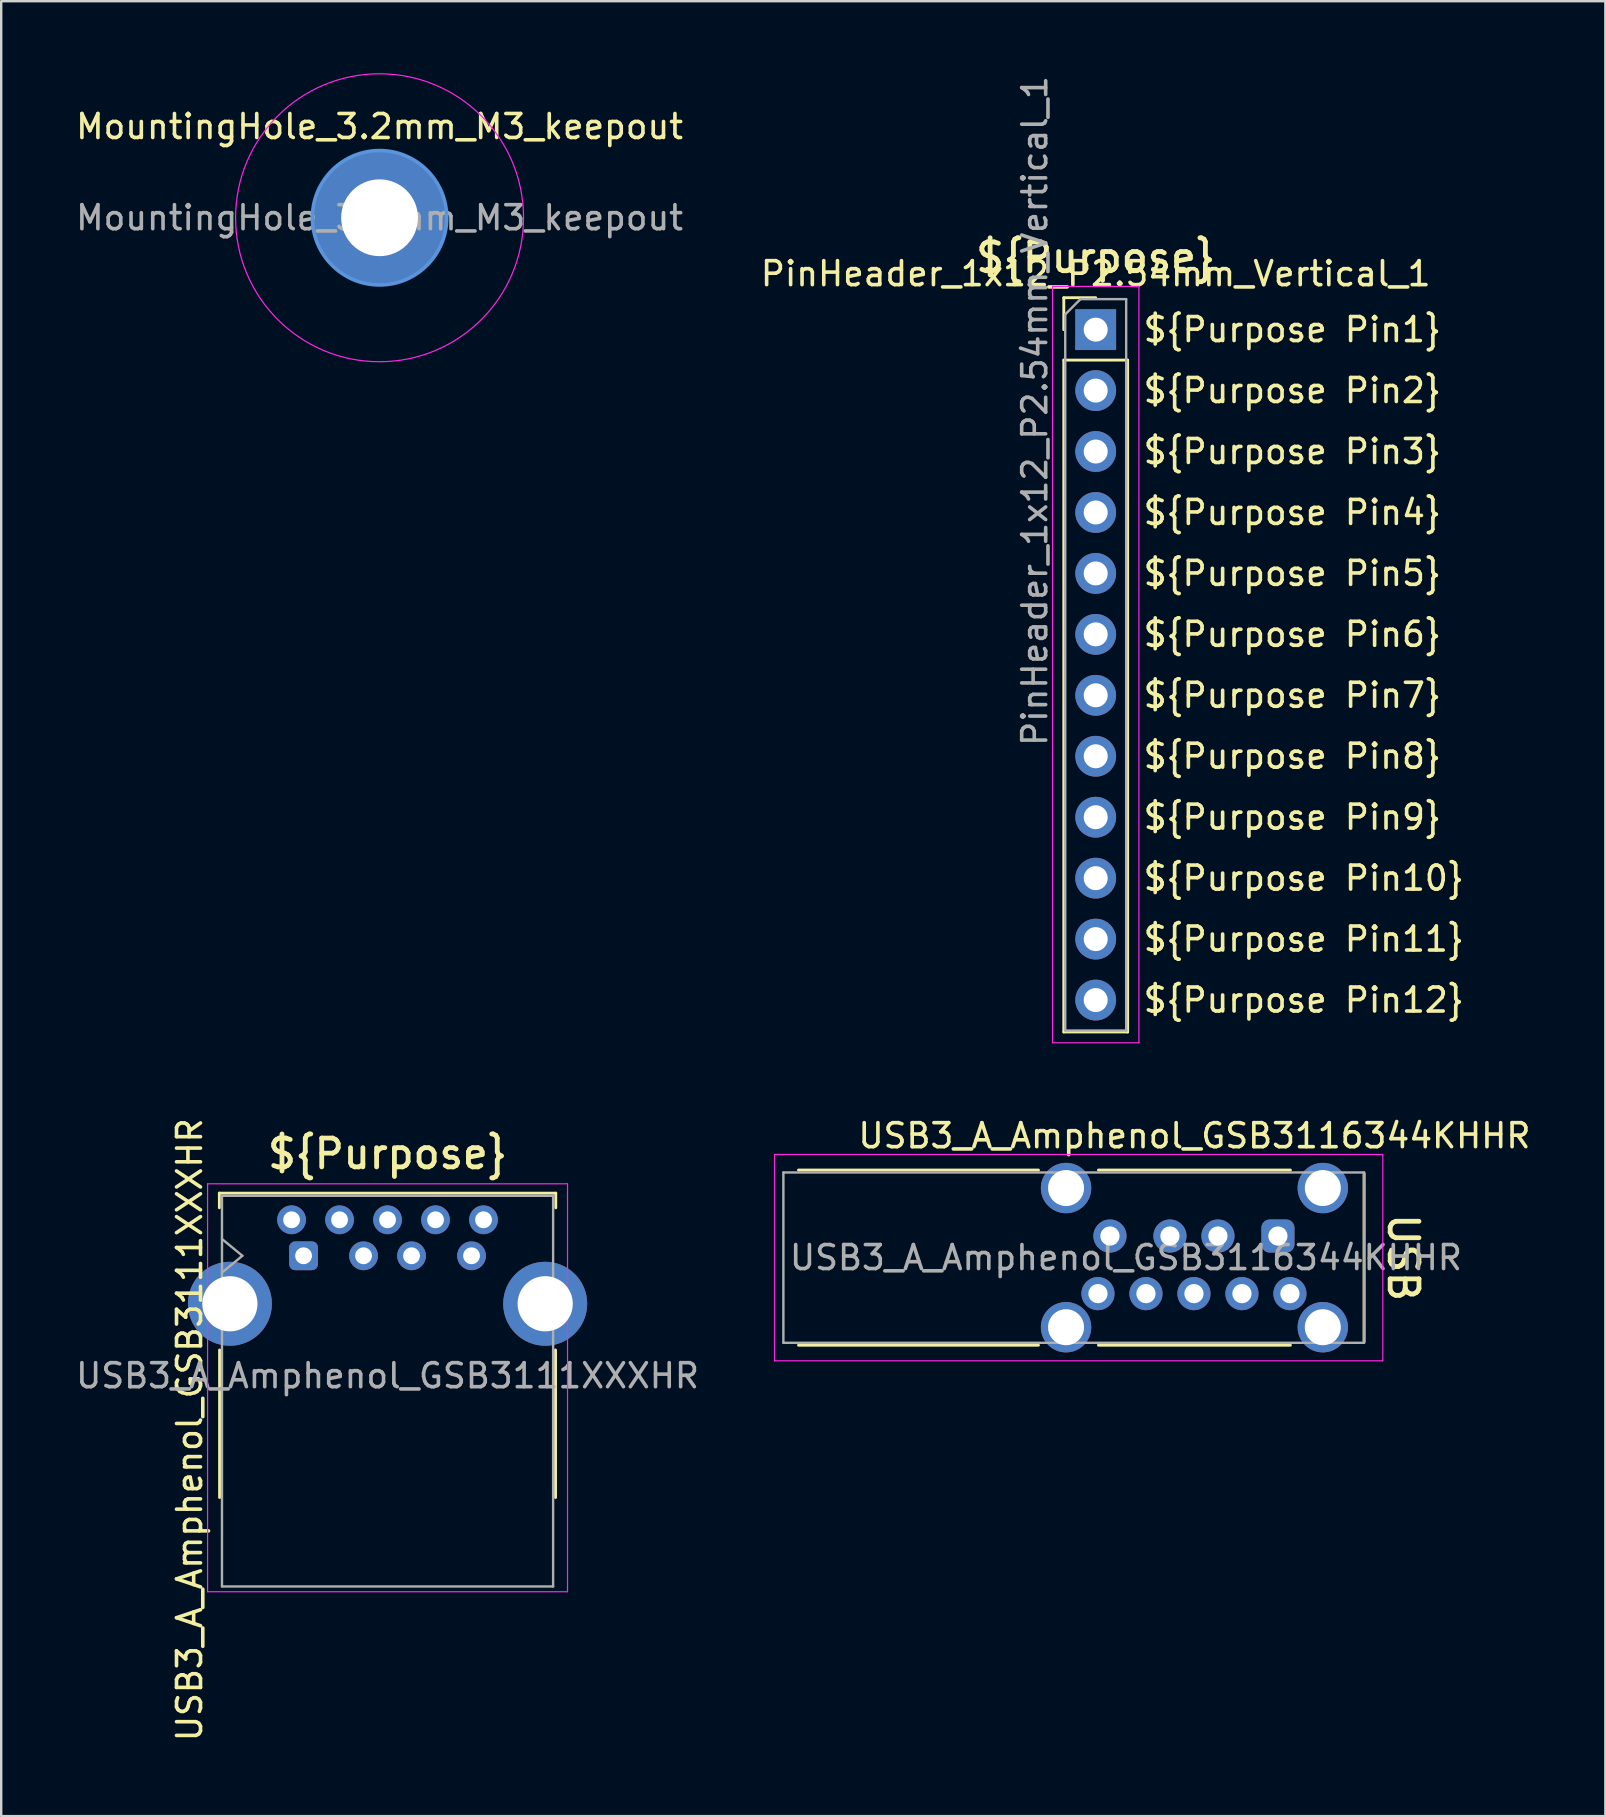
<source format=kicad_pcb>
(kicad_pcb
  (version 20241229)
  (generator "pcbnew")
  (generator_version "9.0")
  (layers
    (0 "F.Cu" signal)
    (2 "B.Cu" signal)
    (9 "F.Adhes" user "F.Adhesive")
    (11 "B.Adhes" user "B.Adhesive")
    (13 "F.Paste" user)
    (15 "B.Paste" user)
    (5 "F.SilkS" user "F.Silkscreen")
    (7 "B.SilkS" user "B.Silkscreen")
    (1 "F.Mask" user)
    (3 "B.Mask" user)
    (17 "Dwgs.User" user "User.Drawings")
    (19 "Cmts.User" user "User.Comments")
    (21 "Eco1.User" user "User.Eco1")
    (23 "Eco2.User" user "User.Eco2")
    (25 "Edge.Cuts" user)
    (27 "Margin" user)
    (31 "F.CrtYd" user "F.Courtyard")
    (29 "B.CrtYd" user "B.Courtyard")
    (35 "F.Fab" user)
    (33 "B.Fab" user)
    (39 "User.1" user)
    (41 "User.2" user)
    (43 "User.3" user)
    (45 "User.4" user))
  (footprint "PinHeader_1x12_P2.54mm_Vertical_1"
    (layer "F.Cu")
    (at 42.613 10.687)
    (property "Reference" "PinHeader_1x12_P2.54mm_Vertical_1" (at 0 -2.33 0) (layer "F.SilkS") (effects (font (size 1 1) (thickness 0.15))))
    (attr through_hole)
    (fp_line (start -1.33 -1.33) (end 0 -1.33) (stroke (width 0.12) (type solid)) (layer "F.SilkS"))
    (fp_line (start -1.33 0) (end -1.33 -1.33) (stroke (width 0.12) (type solid)) (layer "F.SilkS"))
    (fp_line (start -1.33 1.27) (end -1.33 29.27) (stroke (width 0.12) (type solid)) (layer "F.SilkS"))
    (fp_line (start -1.33 1.27) (end 1.33 1.27) (stroke (width 0.12) (type solid)) (layer "F.SilkS"))
    (fp_line (start -1.33 29.27) (end 1.33 29.27) (stroke (width 0.12) (type solid)) (layer "F.SilkS"))
    (fp_line (start 1.33 1.27) (end 1.33 29.27) (stroke (width 0.12) (type solid)) (layer "F.SilkS"))
    (fp_line (start -1.8 -1.8) (end -1.8 29.72) (stroke (width 0.05) (type solid)) (layer "F.CrtYd"))
    (fp_line (start -1.8 29.72) (end 1.8 29.72) (stroke (width 0.05) (type solid)) (layer "F.CrtYd"))
    (fp_line (start 1.8 -1.8) (end -1.8 -1.8) (stroke (width 0.05) (type solid)) (layer "F.CrtYd"))
    (fp_line (start 1.8 29.72) (end 1.8 -1.8) (stroke (width 0.05) (type solid)) (layer "F.CrtYd"))
    (fp_line (start -1.27 -0.635) (end -0.635 -1.27) (stroke (width 0.1) (type solid)) (layer "F.Fab"))
    (fp_line (start -1.27 29.21) (end -1.27 -0.635) (stroke (width 0.1) (type solid)) (layer "F.Fab"))
    (fp_line (start -0.635 -1.27) (end 1.27 -1.27) (stroke (width 0.1) (type solid)) (layer "F.Fab"))
    (fp_line (start 1.27 -1.27) (end 1.27 29.21) (stroke (width 0.1) (type solid)) (layer "F.Fab"))
    (fp_line (start 1.27 29.21) (end -1.27 29.21) (stroke (width 0.1) (type solid)) (layer "F.Fab"))
    (fp_text user "${Purpose}" (at 0 -3 0) (layer "F.SilkS") (effects (font (size 1.2 1.2) (thickness 0.2))))
    (fp_text user "${Purpose Pin5}" (at 1.905 10.16 0) (layer "F.SilkS") (effects (font (size 1 1) (thickness 0.15)) (justify left)))
    (fp_text user "${Purpose Pin7}" (at 1.905 15.24 0) (layer "F.SilkS") (effects (font (size 1 1) (thickness 0.15)) (justify left)))
    (fp_text user "${Purpose Pin9}" (at 1.905 20.32 0) (layer "F.SilkS") (effects (font (size 1 1) (thickness 0.15)) (justify left)))
    (fp_text user "${Purpose Pin11}" (at 1.905 25.4 0) (layer "F.SilkS") (effects (font (size 1 1) (thickness 0.15)) (justify left)))
    (fp_text user "${Purpose Pin8}" (at 1.905 17.78 0) (layer "F.SilkS") (effects (font (size 1 1) (thickness 0.15)) (justify left)))
    (fp_text user "${Purpose Pin10}" (at 1.905 22.86 0) (layer "F.SilkS") (effects (font (size 1 1) (thickness 0.15)) (justify left)))
    (fp_text user "${Purpose Pin6}" (at 1.905 12.7 0) (layer "F.SilkS") (effects (font (size 1 1) (thickness 0.15)) (justify left)))
    (fp_text user "${Purpose Pin2}" (at 1.905 2.54 0) (layer "F.SilkS") (effects (font (size 1 1) (thickness 0.15)) (justify left)))
    (fp_text user "${Purpose Pin12}" (at 1.905 27.94 0) (layer "F.SilkS") (effects (font (size 1 1) (thickness 0.15)) (justify left)))
    (fp_text user "${Purpose Pin3}" (at 1.905 5.08 0) (layer "F.SilkS") (effects (font (size 1 1) (thickness 0.15)) (justify left)))
    (fp_text user "${Purpose Pin1}" (at 1.905 0 0) (layer "F.SilkS") (effects (font (size 1 1) (thickness 0.15)) (justify left)))
    (fp_text user "${Purpose Pin4}" (at 1.905 7.62 0) (layer "F.SilkS") (effects (font (size 1 1) (thickness 0.15)) (justify left)))
    (fp_text user "${REFERENCE}" (at -2.54 3.39 90) (layer "F.Fab") (effects (font (size 1 1) (thickness 0.15))))
    (pad "1" thru_hole rect (at 0 0) (size 1.7 1.7) (drill 1) (layers "*.Cu" "*.Mask"))
    (pad "2" thru_hole oval (at 0 2.54) (size 1.7 1.7) (drill 1) (layers "*.Cu" "*.Mask"))
    (pad "3" thru_hole oval (at 0 5.08) (size 1.7 1.7) (drill 1) (layers "*.Cu" "*.Mask"))
    (pad "4" thru_hole oval (at 0 7.62) (size 1.7 1.7) (drill 1) (layers "*.Cu" "*.Mask"))
    (pad "5" thru_hole oval (at 0 10.16) (size 1.7 1.7) (drill 1) (layers "*.Cu" "*.Mask"))
    (pad "6" thru_hole oval (at 0 12.7) (size 1.7 1.7) (drill 1) (layers "*.Cu" "*.Mask"))
    (pad "7" thru_hole oval (at 0 15.24) (size 1.7 1.7) (drill 1) (layers "*.Cu" "*.Mask"))
    (pad "8" thru_hole oval (at 0 17.78) (size 1.7 1.7) (drill 1) (layers "*.Cu" "*.Mask"))
    (pad "9" thru_hole oval (at 0 20.32) (size 1.7 1.7) (drill 1) (layers "*.Cu" "*.Mask"))
    (pad "10" thru_hole oval (at 0 22.86) (size 1.7 1.7) (drill 1) (layers "*.Cu" "*.Mask"))
    (pad "11" thru_hole oval (at 0 25.4) (size 1.7 1.7) (drill 1) (layers "*.Cu" "*.Mask"))
    (pad "12" thru_hole oval (at 0 27.94) (size 1.7 1.7) (drill 1) (layers "*.Cu" "*.Mask")))
  (footprint "USB3_A_Amphenol_GSB3111XXXHR"
    (layer "F.Cu")
    (at 13.101 51.284)
    (property "Reference" "USB3_A_Amphenol_GSB3111XXXHR" (at -8.25 5.25 90) (layer "F.SilkS") (effects (font (size 1 1) (thickness 0.15))))
    (attr through_hole)
    (fp_line (start -7.01 -4.61) (end -7.01 -4) (stroke (width 0.12) (type solid)) (layer "F.SilkS"))
    (fp_line (start -7.01 -4.61) (end 7.01 -4.61) (stroke (width 0.12) (type solid)) (layer "F.SilkS"))
    (fp_line (start -7 8.075) (end -7 1.925) (stroke (width 0.12) (type solid)) (layer "F.SilkS"))
    (fp_line (start 7 8.075) (end 7 1.925) (stroke (width 0.12) (type solid)) (layer "F.SilkS"))
    (fp_line (start 7.01 -4.61) (end 7.01 -4) (stroke (width 0.12) (type solid)) (layer "F.SilkS"))
    (fp_line (start -7.5 -5) (end 7.5 -5) (stroke (width 0.05) (type solid)) (layer "F.CrtYd"))
    (fp_line (start -7.5 12) (end -7.5 -5) (stroke (width 0.05) (type solid)) (layer "F.CrtYd"))
    (fp_line (start 7.5 -5) (end 7.5 12) (stroke (width 0.05) (type solid)) (layer "F.CrtYd"))
    (fp_line (start 7.5 12) (end -7.5 12) (stroke (width 0.05) (type solid)) (layer "F.CrtYd"))
    (fp_line (start -6.9 -4.5) (end 6.9 -4.5) (stroke (width 0.1) (type solid)) (layer "F.Fab"))
    (fp_line (start -6.9 -2.7) (end -6.05 -2) (stroke (width 0.1) (type default)) (layer "F.Fab"))
    (fp_line (start -6.9 -1.3) (end -6.05 -2) (stroke (width 0.1) (type default)) (layer "F.Fab"))
    (fp_line (start -6.9 11.78) (end -6.9 -4.5) (stroke (width 0.1) (type solid)) (layer "F.Fab"))
    (fp_line (start 6.9 -4.5) (end 6.9 11.78) (stroke (width 0.1) (type solid)) (layer "F.Fab"))
    (fp_line (start 6.9 11.78) (end -6.9 11.78) (stroke (width 0.1) (type solid)) (layer "F.Fab"))
    (fp_text user "${Purpose}" (at 0 -6.25 0) (layer "F.SilkS") (effects (font (size 1.2 1.2) (thickness 0.2))))
    (fp_text user "${REFERENCE}" (at 0 3 0) (layer "F.Fab") (effects (font (size 1 1) (thickness 0.15))))
    (pad "1" thru_hole roundrect (at -3.5 -2) (size 1.2 1.2) (drill 0.7) (layers "*.Cu" "*.Mask") (roundrect_rratio 0.208))
    (pad "2" thru_hole circle (at -1 -2) (size 1.2 1.2) (drill 0.7) (layers "*.Cu" "*.Mask"))
    (pad "3" thru_hole circle (at 1 -2) (size 1.2 1.2) (drill 0.7) (layers "*.Cu" "*.Mask"))
    (pad "4" thru_hole circle (at 3.5 -2) (size 1.2 1.2) (drill 0.7) (layers "*.Cu" "*.Mask"))
    (pad "5" thru_hole circle (at 4 -3.5) (size 1.2 1.2) (drill 0.7) (layers "*.Cu" "*.Mask"))
    (pad "6" thru_hole circle (at 2 -3.5) (size 1.2 1.2) (drill 0.7) (layers "*.Cu" "*.Mask"))
    (pad "7" thru_hole circle (at 0 -3.5) (size 1.2 1.2) (drill 0.7) (layers "*.Cu" "*.Mask"))
    (pad "8" thru_hole circle (at -2 -3.5) (size 1.2 1.2) (drill 0.7) (layers "*.Cu" "*.Mask"))
    (pad "9" thru_hole circle (at -4 -3.5) (size 1.2 1.2) (drill 0.7) (layers "*.Cu" "*.Mask"))
    (pad "10" thru_hole circle (at -6.57 0) (size 3.5 3.5) (drill 2.3) (layers "*.Cu" "*.Mask"))
    (pad "10" thru_hole circle (at 6.57 0) (size 3.5 3.5) (drill 2.3) (layers "*.Cu" "*.Mask")))
  (footprint "USB3_A_Amphenol_GSB3116344KHHR"
    (layer "F.Cu")
    (at 46.727 49.361)
    (property "Reference" "USB3_A_Amphenol_GSB3116344KHHR" (at 0 -5.08 0) (layer "F.SilkS") (effects (font (size 1 1) (thickness 0.15))))
    (property "${Purpose}" "USB" (at 8 0 270) (unlocked yes) (layer "F.SilkS") (effects (font (size 1.2 1.2) (thickness 0.2)) (justify bottom)))
    (attr through_hole)
    (fp_line (start -16.5 -3.65) (end -6.5 -3.65) (stroke (width 0.12) (type solid)) (layer "F.SilkS"))
    (fp_line (start -16.5 3.65) (end -6.5 3.65) (stroke (width 0.12) (type solid)) (layer "F.SilkS"))
    (fp_line (start -4 -3.65) (end 4 -3.65) (stroke (width 0.12) (type solid)) (layer "F.SilkS"))
    (fp_line (start -4 3.65) (end 4 3.65) (stroke (width 0.12) (type solid)) (layer "F.SilkS"))
    (fp_line (start 7.07 -3.5) (end 7.07 3.5) (stroke (width 0.12) (type solid)) (layer "F.SilkS"))
    (fp_line (start -17.5 -4.3) (end 7.85 -4.3) (stroke (width 0.05) (type solid)) (layer "F.CrtYd"))
    (fp_line (start -17.5 4.3) (end -17.5 -4.3) (stroke (width 0.05) (type solid)) (layer "F.CrtYd"))
    (fp_line (start 7.85 -4.3) (end 7.85 4.3) (stroke (width 0.05) (type solid)) (layer "F.CrtYd"))
    (fp_line (start 7.85 4.3) (end -17.5 4.3) (stroke (width 0.05) (type solid)) (layer "F.CrtYd"))
    (fp_line (start -17.13 -3.55) (end 7.07 -3.55) (stroke (width 0.1) (type solid)) (layer "F.Fab"))
    (fp_line (start -17.13 3.55) (end -17.13 -3.55) (stroke (width 0.1) (type solid)) (layer "F.Fab"))
    (fp_line (start 7.07 -3.55) (end 7.07 3.55) (stroke (width 0.1) (type solid)) (layer "F.Fab"))
    (fp_line (start 7.07 3.55) (end -17.13 3.55) (stroke (width 0.1) (type solid)) (layer "F.Fab"))
    (fp_text user "${REFERENCE}" (at -2.855 0 0) (layer "F.Fab") (effects (font (size 1 1) (thickness 0.15))))
    (pad "1" thru_hole roundrect (at 3.48 -0.9) (size 1.38 1.38) (drill 0.8) (layers "*.Cu" "*.Mask") (roundrect_rratio 0.25))
    (pad "2" thru_hole circle (at 0.98 -0.9) (size 1.38 1.38) (drill 0.8) (layers "*.Cu" "*.Mask"))
    (pad "3" thru_hole circle (at -1.02 -0.9) (size 1.38 1.38) (drill 0.8) (layers "*.Cu" "*.Mask"))
    (pad "4" thru_hole circle (at -3.52 -0.9) (size 1.38 1.38) (drill 0.8) (layers "*.Cu" "*.Mask"))
    (pad "5" thru_hole circle (at -4.02 1.5) (size 1.38 1.38) (drill 0.8) (layers "*.Cu" "*.Mask"))
    (pad "6" thru_hole circle (at -2.02 1.5) (size 1.38 1.38) (drill 0.8) (layers "*.Cu" "*.Mask"))
    (pad "7" thru_hole circle (at -0.02 1.5) (size 1.38 1.38) (drill 0.8) (layers "*.Cu" "*.Mask"))
    (pad "8" thru_hole circle (at 1.98 1.5) (size 1.38 1.38) (drill 0.8) (layers "*.Cu" "*.Mask"))
    (pad "9" thru_hole circle (at 3.98 1.5) (size 1.38 1.38) (drill 0.8) (layers "*.Cu" "*.Mask"))
    (pad "10" thru_hole circle (at -5.35 -2.9) (size 2.1 2.1) (drill 1.5) (layers "*.Cu" "*.Mask"))
    (pad "10" thru_hole circle (at -5.35 2.9) (size 2.1 2.1) (drill 1.5) (layers "*.Cu" "*.Mask"))
    (pad "10" thru_hole circle (at 5.35 -2.9) (size 2.1 2.1) (drill 1.5) (layers "*.Cu" "*.Mask"))
    (pad "10" thru_hole circle (at 5.35 2.9) (size 2.1 2.1) (drill 1.5) (layers "*.Cu" "*.Mask")))
  (footprint "MountingHole_3.2mm_M3_keepout"
    (layer "F.Cu")
    (at 12.768 6.025)
    (property "Reference" "MountingHole_3.2mm_M3_keepout" (at 0 -3.8 0) (layer "F.SilkS") (effects (font (size 1 1) (thickness 0.15))))
    (attr exclude_from_pos_files exclude_from_bom)
    (fp_circle (center 0 0) (end 2.8 0) (stroke (width 0.15) (type solid)) (fill no) (layer "Cmts.User"))
    (fp_circle (center 0 0) (end 6 0) (stroke (width 0.05) (type solid)) (fill no) (layer "F.CrtYd"))
    (fp_text user "${REFERENCE}" (at 0 0 0) (layer "F.Fab") (effects (font (size 1 1) (thickness 0.15))))
    (pad "1" thru_hole circle (at 0 0) (size 5.6 5.6) (drill 3.2) (layers "*.Cu" "*.Mask")))
  (gr_rect
    (start -3 -3)
    (end 63.852 72.635)
    (stroke (width 0.1) (type default))
    (fill no)
    (layer "Edge.Cuts")))
</source>
